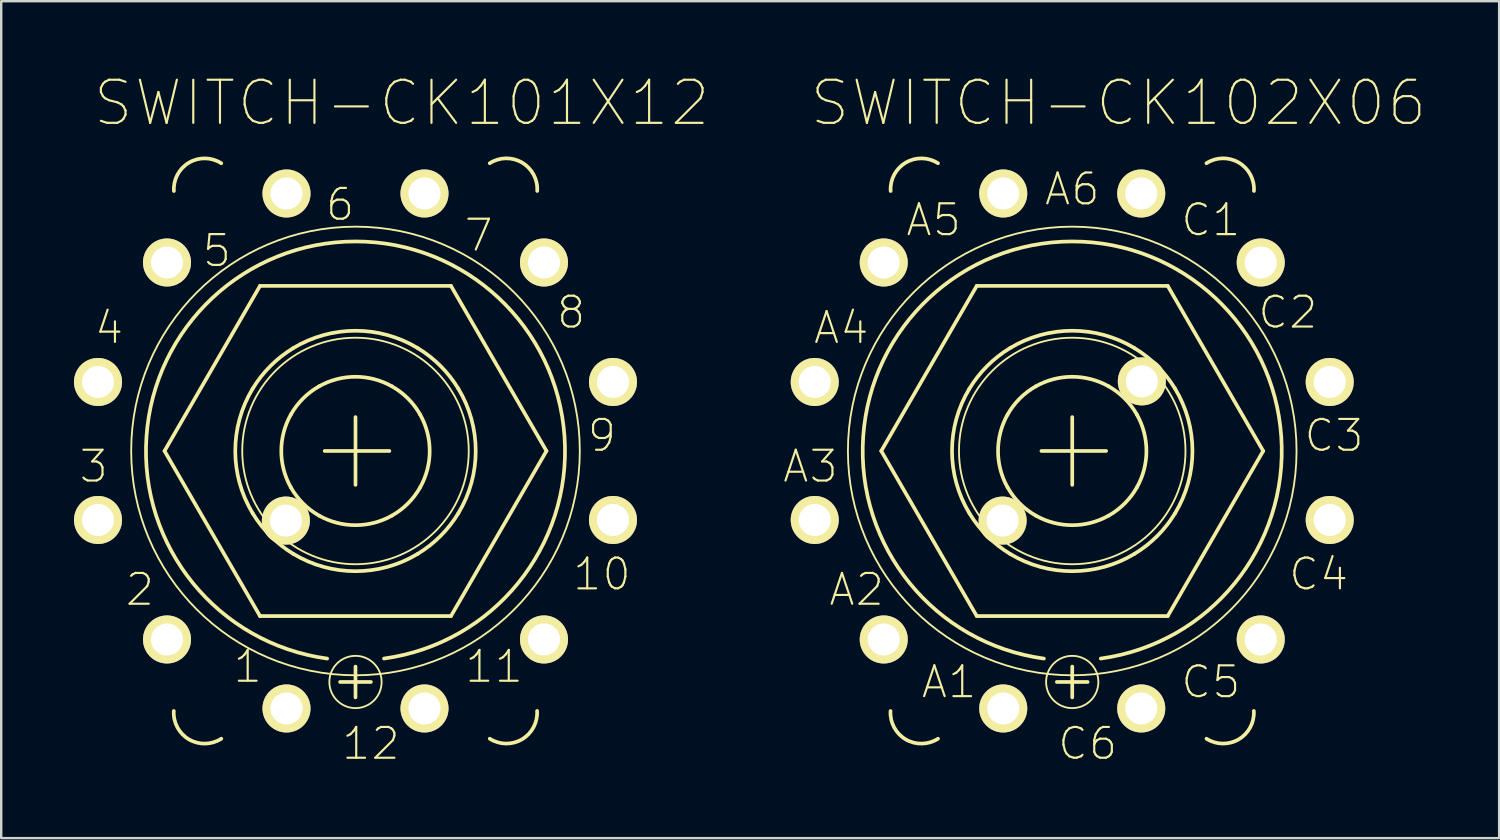
<source format=kicad_pcb>
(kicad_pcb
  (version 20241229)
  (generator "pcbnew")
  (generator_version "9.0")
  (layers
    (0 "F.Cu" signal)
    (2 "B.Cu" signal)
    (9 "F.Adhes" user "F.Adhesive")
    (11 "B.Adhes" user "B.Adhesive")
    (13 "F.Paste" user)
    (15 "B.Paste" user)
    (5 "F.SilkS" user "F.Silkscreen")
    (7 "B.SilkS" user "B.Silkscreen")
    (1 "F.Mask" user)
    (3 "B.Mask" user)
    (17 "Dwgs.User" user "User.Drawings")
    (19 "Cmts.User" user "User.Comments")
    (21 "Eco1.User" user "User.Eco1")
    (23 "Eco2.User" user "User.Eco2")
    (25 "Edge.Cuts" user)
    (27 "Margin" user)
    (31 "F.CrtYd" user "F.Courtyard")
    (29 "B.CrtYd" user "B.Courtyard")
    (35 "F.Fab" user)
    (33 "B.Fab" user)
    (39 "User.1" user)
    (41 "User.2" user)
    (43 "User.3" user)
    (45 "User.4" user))
  (footprint "SWITCH-CK101X12"
    (layer "F.Cu")
    (at 11.608 15.545)
    (property "Reference" "SWITCH-CK101X12" (at 1.905 -14.348 0) (layer "F.SilkS") (effects (font (size 1.778 1.778) (thickness 0.089))))
    (attr exclude_from_pos_files exclude_from_bom)
    (fp_line (start -7.874 0) (end -3.937 -6.807) (stroke (width 0.152) (type solid)) (layer "F.SilkS"))
    (fp_line (start -3.937 -6.807) (end 3.937 -6.807) (stroke (width 0.152) (type solid)) (layer "F.SilkS"))
    (fp_line (start -3.937 6.807) (end -7.874 0) (stroke (width 0.152) (type solid)) (layer "F.SilkS"))
    (fp_line (start -1.27 0) (end 1.397 0) (stroke (width 0.152) (type solid)) (layer "F.SilkS"))
    (fp_line (start -0.635 9.525) (end 0.635 9.525) (stroke (width 0.152) (type solid)) (layer "F.SilkS"))
    (fp_line (start 0 1.397) (end 0 -1.397) (stroke (width 0.152) (type solid)) (layer "F.SilkS"))
    (fp_line (start 0 8.89) (end 0 10.16) (stroke (width 0.152) (type solid)) (layer "F.SilkS"))
    (fp_line (start 3.937 -6.807) (end 7.874 0) (stroke (width 0.152) (type solid)) (layer "F.SilkS"))
    (fp_line (start 3.937 6.807) (end -3.937 6.807) (stroke (width 0.152) (type solid)) (layer "F.SilkS"))
    (fp_line (start 7.874 0) (end 3.937 6.807) (stroke (width 0.152) (type solid)) (layer "F.SilkS"))
    (fp_arc (start -7.48792 -10.7188) (mid -6.862814 -11.890282) (end -5.535246 -11.863992) (stroke (width 0.1524) (type solid)) (layer "F.SilkS"))
    (fp_arc (start -5.53466 11.86434) (mid -6.864248 11.893227) (end -7.492583 10.721121) (stroke (width 0.1524) (type solid)) (layer "F.SilkS"))
    (fp_arc (start -4.2418 -2.5654) (mid -3.507424 -3.503159) (end -2.570559 -4.238676) (stroke (width 0.1524) (type solid)) (layer "F.SilkS"))
    (fp_arc (start -4.2418 2.5654) (mid -4.957231 0.001311) (end -4.243156 -2.563157) (stroke (width 0.1524) (type solid)) (layer "F.SilkS"))
    (fp_arc (start -2.667 -1.4986) (mid -2.163865 -2.162494) (end -1.50029 -2.666049) (stroke (width 0.1524) (type solid)) (layer "F.SilkS"))
    (fp_arc (start -2.667 1.4986) (mid -3.059197 0.0017) (end -2.668664 -1.495635) (stroke (width 0.1524) (type solid)) (layer "F.SilkS"))
    (fp_arc (start -2.5654 -4.2418) (mid -0.001311 -4.957231) (end 2.563157 -4.243156) (stroke (width 0.1524) (type solid)) (layer "F.SilkS"))
    (fp_arc (start -2.5654 4.2418) (mid -3.503159 3.507424) (end -4.238676 2.570559) (stroke (width 0.1524) (type solid)) (layer "F.SilkS"))
    (fp_arc (start -1.4986 -2.667) (mid -0.0017 -3.059197) (end 1.495635 -2.668664) (stroke (width 0.1524) (type solid)) (layer "F.SilkS"))
    (fp_arc (start -1.4986 2.667) (mid -2.162494 2.163865) (end -2.666049 1.50029) (stroke (width 0.1524) (type solid)) (layer "F.SilkS"))
    (fp_arc (start -1.1684 8.5598) (mid -0.004109 -8.639173) (end 1.176541 8.558685) (stroke (width 0.1524) (type solid)) (layer "F.SilkS"))
    (fp_arc (start 1.4986 -2.667) (mid 2.162494 -2.163865) (end 2.666049 -1.50029) (stroke (width 0.1524) (type solid)) (layer "F.SilkS"))
    (fp_arc (start 1.4986 2.667) (mid 0.0017 3.059197) (end -1.495635 2.668664) (stroke (width 0.1524) (type solid)) (layer "F.SilkS"))
    (fp_arc (start 2.5654 -4.2418) (mid 3.503159 -3.507424) (end 4.238676 -2.570559) (stroke (width 0.1524) (type solid)) (layer "F.SilkS"))
    (fp_arc (start 2.5654 4.2418) (mid 0.001311 4.957231) (end -2.563157 4.243156) (stroke (width 0.1524) (type solid)) (layer "F.SilkS"))
    (fp_arc (start 2.667 -1.4986) (mid 3.059197 -0.0017) (end 2.668664 1.495635) (stroke (width 0.1524) (type solid)) (layer "F.SilkS"))
    (fp_arc (start 2.667 1.4986) (mid 2.163865 2.162494) (end 1.50029 2.666049) (stroke (width 0.1524) (type solid)) (layer "F.SilkS"))
    (fp_arc (start 4.2418 -2.5654) (mid 4.957231 -0.001311) (end 4.243156 2.563157) (stroke (width 0.1524) (type solid)) (layer "F.SilkS"))
    (fp_arc (start 4.2418 2.5654) (mid 3.507424 3.503159) (end 2.570559 4.238676) (stroke (width 0.1524) (type solid)) (layer "F.SilkS"))
    (fp_arc (start 5.53466 -11.86434) (mid 6.864248 -11.893227) (end 7.492583 -10.721121) (stroke (width 0.1524) (type solid)) (layer "F.SilkS"))
    (fp_arc (start 7.48792 10.7188) (mid 6.862814 11.890282) (end 5.535246 11.863992) (stroke (width 0.1524) (type solid)) (layer "F.SilkS"))
    (fp_circle (center 0 0) (end -6.54 6.54) (stroke (width 0.076) (type solid)) (fill no) (layer "F.SilkS"))
    (fp_circle (center 0 0) (end -3.302 3.302) (stroke (width 0.076) (type solid)) (fill no) (layer "F.SilkS"))
    (fp_circle (center 0 9.525) (end -0.762 10.287) (stroke (width 0.076) (type solid)) (fill no) (layer "F.SilkS"))
    (fp_text user "12" (at 0.635 12.065 0) (layer "F.SilkS") (effects (font (size 1.27 1.27) (thickness 0.089))))
    (fp_text user "1" (at -4.445 8.89 0) (layer "F.SilkS") (effects (font (size 1.27 1.27) (thickness 0.089))))
    (fp_text user "2" (at -8.89 5.715 0) (layer "F.SilkS") (effects (font (size 1.27 1.27) (thickness 0.089))))
    (fp_text user "6" (at -0.635 -10.16 0) (layer "F.SilkS") (effects (font (size 1.27 1.27) (thickness 0.089))))
    (fp_text user "10" (at 10.16 5.08 0) (layer "F.SilkS") (effects (font (size 1.27 1.27) (thickness 0.089))))
    (fp_text user "11" (at 5.715 8.89 0) (layer "F.SilkS") (effects (font (size 1.27 1.27) (thickness 0.089))))
    (fp_text user "9" (at 10.16 -0.635 0) (layer "F.SilkS") (effects (font (size 1.27 1.27) (thickness 0.089))))
    (fp_text user "3" (at -10.795 0.635 0) (layer "F.SilkS") (effects (font (size 1.27 1.27) (thickness 0.089))))
    (fp_text user "4" (at -10.16 -5.08 0) (layer "F.SilkS") (effects (font (size 1.27 1.27) (thickness 0.089))))
    (fp_text user "5" (at -5.715 -8.255 0) (layer "F.SilkS") (effects (font (size 1.27 1.27) (thickness 0.089))))
    (fp_text user "7" (at 5.08 -8.89 0) (layer "F.SilkS") (effects (font (size 1.27 1.27) (thickness 0.089))))
    (fp_text user "8" (at 8.89 -5.715 0) (layer "F.SilkS") (effects (font (size 1.27 1.27) (thickness 0.089))))
    (pad "1" thru_hole circle (at -2.845 10.617) (size 1.981 1.981) (drill 1.321) (layers "*.Cu" "F.Mask" "F.SilkS" "F.Paste"))
    (pad "2" thru_hole circle (at -7.772 7.772) (size 1.981 1.981) (drill 1.321) (layers "*.Cu" "F.Mask" "F.SilkS" "F.Paste"))
    (pad "3" thru_hole circle (at -10.617 2.845) (size 1.981 1.981) (drill 1.321) (layers "*.Cu" "F.Mask" "F.SilkS" "F.Paste"))
    (pad "4" thru_hole circle (at -10.617 -2.845) (size 1.981 1.981) (drill 1.321) (layers "*.Cu" "F.Mask" "F.SilkS" "F.Paste"))
    (pad "5" thru_hole circle (at -7.772 -7.772) (size 1.981 1.981) (drill 1.321) (layers "*.Cu" "F.Mask" "F.SilkS" "F.Paste"))
    (pad "6" thru_hole circle (at -2.845 -10.617) (size 1.981 1.981) (drill 1.321) (layers "*.Cu" "F.Mask" "F.SilkS" "F.Paste"))
    (pad "7" thru_hole circle (at 2.845 -10.617) (size 1.981 1.981) (drill 1.321) (layers "*.Cu" "F.Mask" "F.SilkS" "F.Paste"))
    (pad "8" thru_hole circle (at 7.772 -7.772) (size 1.981 1.981) (drill 1.321) (layers "*.Cu" "F.Mask" "F.SilkS" "F.Paste"))
    (pad "9" thru_hole circle (at 10.617 -2.845) (size 1.981 1.981) (drill 1.321) (layers "*.Cu" "F.Mask" "F.SilkS" "F.Paste"))
    (pad "10" thru_hole circle (at 10.617 2.845) (size 1.981 1.981) (drill 1.321) (layers "*.Cu" "F.Mask" "F.SilkS" "F.Paste"))
    (pad "11" thru_hole circle (at 7.772 7.772) (size 1.981 1.981) (drill 1.321) (layers "*.Cu" "F.Mask" "F.SilkS" "F.Paste"))
    (pad "12" thru_hole circle (at 2.845 10.617) (size 1.981 1.981) (drill 1.321) (layers "*.Cu" "F.Mask" "F.SilkS" "F.Paste"))
    (pad "A" thru_hole circle (at -2.87 2.87) (size 1.981 1.981) (drill 1.321) (layers "*.Cu" "F.Mask" "F.SilkS" "F.Paste")))
  (footprint "SWITCH-CK102X06"
    (layer "F.Cu")
    (at 41.161 15.545)
    (property "Reference" "SWITCH-CK102X06" (at 1.905 -14.348 0) (layer "F.SilkS") (effects (font (size 1.778 1.778) (thickness 0.089))))
    (attr exclude_from_pos_files exclude_from_bom)
    (fp_line (start -7.874 0) (end -3.937 -6.807) (stroke (width 0.152) (type solid)) (layer "F.SilkS"))
    (fp_line (start -3.937 -6.807) (end 3.937 -6.807) (stroke (width 0.152) (type solid)) (layer "F.SilkS"))
    (fp_line (start -3.937 6.807) (end -7.874 0) (stroke (width 0.152) (type solid)) (layer "F.SilkS"))
    (fp_line (start -1.27 0) (end 1.397 0) (stroke (width 0.152) (type solid)) (layer "F.SilkS"))
    (fp_line (start -0.635 9.525) (end 0.635 9.525) (stroke (width 0.152) (type solid)) (layer "F.SilkS"))
    (fp_line (start 0 1.397) (end 0 -1.397) (stroke (width 0.152) (type solid)) (layer "F.SilkS"))
    (fp_line (start 0 8.89) (end 0 10.16) (stroke (width 0.152) (type solid)) (layer "F.SilkS"))
    (fp_line (start 3.937 -6.807) (end 7.874 0) (stroke (width 0.152) (type solid)) (layer "F.SilkS"))
    (fp_line (start 3.937 6.807) (end -3.937 6.807) (stroke (width 0.152) (type solid)) (layer "F.SilkS"))
    (fp_line (start 7.874 0) (end 3.937 6.807) (stroke (width 0.152) (type solid)) (layer "F.SilkS"))
    (fp_arc (start -7.48792 -10.7188) (mid -6.862814 -11.890282) (end -5.535246 -11.863992) (stroke (width 0.1524) (type solid)) (layer "F.SilkS"))
    (fp_arc (start -5.53466 11.86434) (mid -6.864248 11.893227) (end -7.492583 10.721121) (stroke (width 0.1524) (type solid)) (layer "F.SilkS"))
    (fp_arc (start -4.2418 -2.5654) (mid -3.507424 -3.503159) (end -2.570559 -4.238676) (stroke (width 0.1524) (type solid)) (layer "F.SilkS"))
    (fp_arc (start -4.2418 2.5654) (mid -4.957231 0.001311) (end -4.243156 -2.563157) (stroke (width 0.1524) (type solid)) (layer "F.SilkS"))
    (fp_arc (start -2.667 -1.4986) (mid -2.163865 -2.162494) (end -1.50029 -2.666049) (stroke (width 0.1524) (type solid)) (layer "F.SilkS"))
    (fp_arc (start -2.667 1.4986) (mid -3.059197 0.0017) (end -2.668664 -1.495635) (stroke (width 0.1524) (type solid)) (layer "F.SilkS"))
    (fp_arc (start -2.5654 -4.2418) (mid -0.001311 -4.957231) (end 2.563157 -4.243156) (stroke (width 0.1524) (type solid)) (layer "F.SilkS"))
    (fp_arc (start -2.5654 4.2418) (mid -3.503159 3.507424) (end -4.238676 2.570559) (stroke (width 0.1524) (type solid)) (layer "F.SilkS"))
    (fp_arc (start -1.4986 -2.667) (mid -0.0017 -3.059197) (end 1.495635 -2.668664) (stroke (width 0.1524) (type solid)) (layer "F.SilkS"))
    (fp_arc (start -1.4986 2.667) (mid -2.162494 2.163865) (end -2.666049 1.50029) (stroke (width 0.1524) (type solid)) (layer "F.SilkS"))
    (fp_arc (start -1.1684 8.5598) (mid -0.004109 -8.639173) (end 1.176541 8.558685) (stroke (width 0.1524) (type solid)) (layer "F.SilkS"))
    (fp_arc (start 1.4986 -2.667) (mid 2.162494 -2.163865) (end 2.666049 -1.50029) (stroke (width 0.1524) (type solid)) (layer "F.SilkS"))
    (fp_arc (start 1.4986 2.667) (mid 0.0017 3.059197) (end -1.495635 2.668664) (stroke (width 0.1524) (type solid)) (layer "F.SilkS"))
    (fp_arc (start 2.5654 -4.2418) (mid 3.503159 -3.507424) (end 4.238676 -2.570559) (stroke (width 0.1524) (type solid)) (layer "F.SilkS"))
    (fp_arc (start 2.5654 4.2418) (mid 0.001311 4.957231) (end -2.563157 4.243156) (stroke (width 0.1524) (type solid)) (layer "F.SilkS"))
    (fp_arc (start 2.667 -1.4986) (mid 3.059197 -0.0017) (end 2.668664 1.495635) (stroke (width 0.1524) (type solid)) (layer "F.SilkS"))
    (fp_arc (start 2.667 1.4986) (mid 2.163865 2.162494) (end 1.50029 2.666049) (stroke (width 0.1524) (type solid)) (layer "F.SilkS"))
    (fp_arc (start 4.2418 -2.5654) (mid 4.957231 -0.001311) (end 4.243156 2.563157) (stroke (width 0.1524) (type solid)) (layer "F.SilkS"))
    (fp_arc (start 4.2418 2.5654) (mid 3.507424 3.503159) (end 2.570559 4.238676) (stroke (width 0.1524) (type solid)) (layer "F.SilkS"))
    (fp_arc (start 5.53466 -11.86434) (mid 6.864248 -11.893227) (end 7.492583 -10.721121) (stroke (width 0.1524) (type solid)) (layer "F.SilkS"))
    (fp_arc (start 7.48792 10.7188) (mid 6.862814 11.890282) (end 5.535246 11.863992) (stroke (width 0.1524) (type solid)) (layer "F.SilkS"))
    (fp_circle (center 0 0) (end -6.54 6.54) (stroke (width 0.076) (type solid)) (fill no) (layer "F.SilkS"))
    (fp_circle (center 0 0) (end -3.302 3.302) (stroke (width 0.076) (type solid)) (fill no) (layer "F.SilkS"))
    (fp_circle (center 0 9.525) (end -0.762 10.287) (stroke (width 0.076) (type solid)) (fill no) (layer "F.SilkS"))
    (fp_text user "C5" (at 5.715 9.525 0) (layer "F.SilkS") (effects (font (size 1.27 1.27) (thickness 0.089))))
    (fp_text user "C1" (at 5.715 -9.525 0) (layer "F.SilkS") (effects (font (size 1.27 1.27) (thickness 0.089))))
    (fp_text user "C6" (at 0.635 12.065 0) (layer "F.SilkS") (effects (font (size 1.27 1.27) (thickness 0.089))))
    (fp_text user "A5" (at -5.715 -9.525 0) (layer "F.SilkS") (effects (font (size 1.27 1.27) (thickness 0.089))))
    (fp_text user "C3" (at 10.795 -0.635 0) (layer "F.SilkS") (effects (font (size 1.27 1.27) (thickness 0.089))))
    (fp_text user "A6" (at 0 -10.795 0) (layer "F.SilkS") (effects (font (size 1.27 1.27) (thickness 0.089))))
    (fp_text user "A3" (at -10.795 0.635 0) (layer "F.SilkS") (effects (font (size 1.27 1.27) (thickness 0.089))))
    (fp_text user "A4" (at -9.525 -5.08 0) (layer "F.SilkS") (effects (font (size 1.27 1.27) (thickness 0.089))))
    (fp_text user "C2" (at 8.89 -5.715 0) (layer "F.SilkS") (effects (font (size 1.27 1.27) (thickness 0.089))))
    (fp_text user "C4" (at 10.16 5.08 0) (layer "F.SilkS") (effects (font (size 1.27 1.27) (thickness 0.089))))
    (fp_text user "A1" (at -5.08 9.525 0) (layer "F.SilkS") (effects (font (size 1.27 1.27) (thickness 0.089))))
    (fp_text user "A2" (at -8.89 5.715 0) (layer "F.SilkS") (effects (font (size 1.27 1.27) (thickness 0.089))))
    (pad "A" thru_hole circle (at -2.87 2.87) (size 1.981 1.981) (drill 1.321) (layers "*.Cu" "F.Mask" "F.SilkS" "F.Paste"))
    (pad "A1" thru_hole circle (at -2.845 10.617) (size 1.981 1.981) (drill 1.321) (layers "*.Cu" "F.Mask" "F.SilkS" "F.Paste"))
    (pad "A2" thru_hole circle (at -7.772 7.772) (size 1.981 1.981) (drill 1.321) (layers "*.Cu" "F.Mask" "F.SilkS" "F.Paste"))
    (pad "A3" thru_hole circle (at -10.617 2.845) (size 1.981 1.981) (drill 1.321) (layers "*.Cu" "F.Mask" "F.SilkS" "F.Paste"))
    (pad "A4" thru_hole circle (at -10.617 -2.845) (size 1.981 1.981) (drill 1.321) (layers "*.Cu" "F.Mask" "F.SilkS" "F.Paste"))
    (pad "A5" thru_hole circle (at -7.772 -7.772) (size 1.981 1.981) (drill 1.321) (layers "*.Cu" "F.Mask" "F.SilkS" "F.Paste"))
    (pad "A6" thru_hole circle (at -2.845 -10.617) (size 1.981 1.981) (drill 1.321) (layers "*.Cu" "F.Mask" "F.SilkS" "F.Paste"))
    (pad "C" thru_hole circle (at 2.87 -2.87) (size 1.981 1.981) (drill 1.321) (layers "*.Cu" "F.Mask" "F.SilkS" "F.Paste"))
    (pad "C1" thru_hole circle (at 2.845 -10.617) (size 1.981 1.981) (drill 1.321) (layers "*.Cu" "F.Mask" "F.SilkS" "F.Paste"))
    (pad "C2" thru_hole circle (at 7.772 -7.772) (size 1.981 1.981) (drill 1.321) (layers "*.Cu" "F.Mask" "F.SilkS" "F.Paste"))
    (pad "C3" thru_hole circle (at 10.617 -2.845) (size 1.981 1.981) (drill 1.321) (layers "*.Cu" "F.Mask" "F.SilkS" "F.Paste"))
    (pad "C4" thru_hole circle (at 10.617 2.845) (size 1.981 1.981) (drill 1.321) (layers "*.Cu" "F.Mask" "F.SilkS" "F.Paste"))
    (pad "C5" thru_hole circle (at 7.772 7.772) (size 1.981 1.981) (drill 1.321) (layers "*.Cu" "F.Mask" "F.SilkS" "F.Paste"))
    (pad "C6" thru_hole circle (at 2.845 10.617) (size 1.981 1.981) (drill 1.321) (layers "*.Cu" "F.Mask" "F.SilkS" "F.Paste")))
  (gr_rect
    (start -3 -3)
    (end 58.764 31.509)
    (stroke (width 0.1) (type default))
    (fill no)
    (layer "Edge.Cuts")))
</source>
